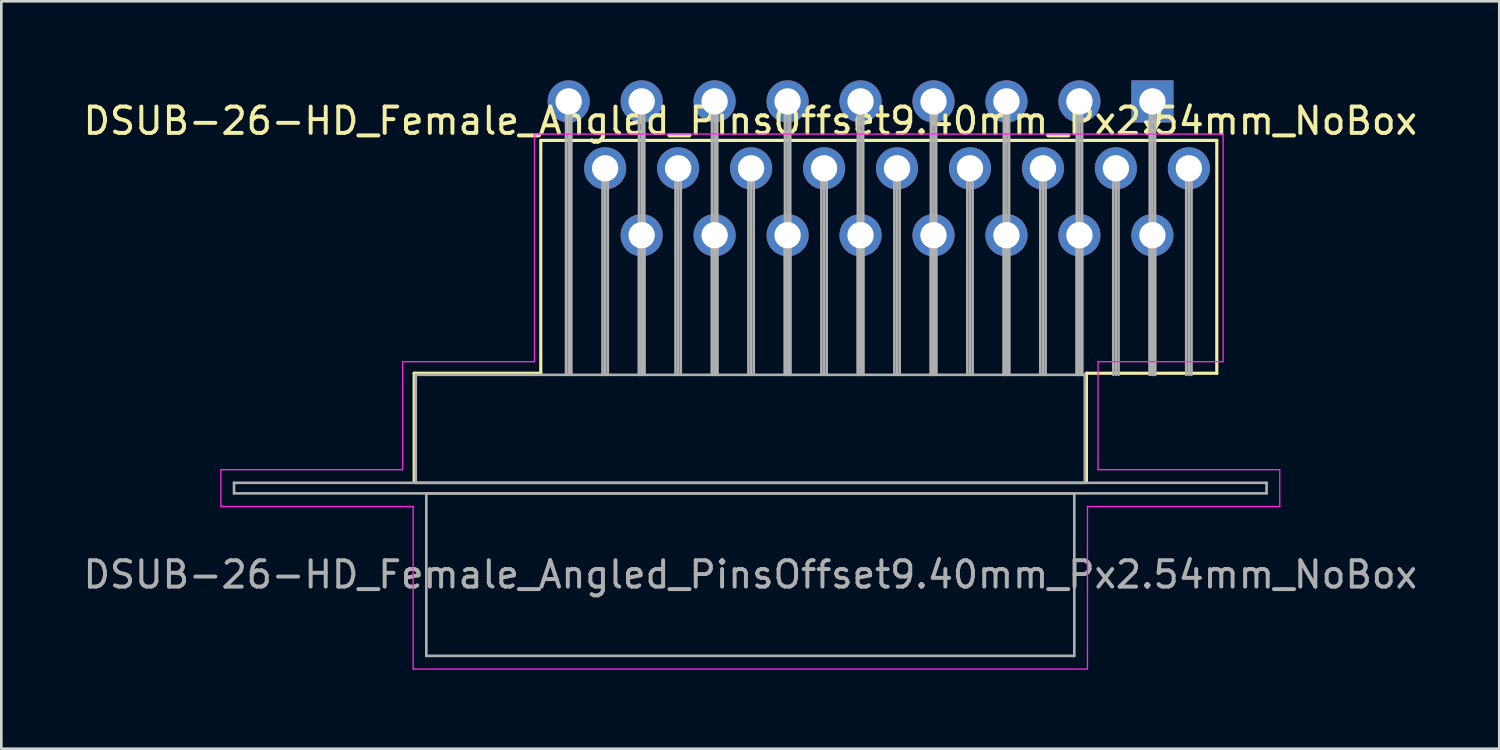
<source format=kicad_pcb>
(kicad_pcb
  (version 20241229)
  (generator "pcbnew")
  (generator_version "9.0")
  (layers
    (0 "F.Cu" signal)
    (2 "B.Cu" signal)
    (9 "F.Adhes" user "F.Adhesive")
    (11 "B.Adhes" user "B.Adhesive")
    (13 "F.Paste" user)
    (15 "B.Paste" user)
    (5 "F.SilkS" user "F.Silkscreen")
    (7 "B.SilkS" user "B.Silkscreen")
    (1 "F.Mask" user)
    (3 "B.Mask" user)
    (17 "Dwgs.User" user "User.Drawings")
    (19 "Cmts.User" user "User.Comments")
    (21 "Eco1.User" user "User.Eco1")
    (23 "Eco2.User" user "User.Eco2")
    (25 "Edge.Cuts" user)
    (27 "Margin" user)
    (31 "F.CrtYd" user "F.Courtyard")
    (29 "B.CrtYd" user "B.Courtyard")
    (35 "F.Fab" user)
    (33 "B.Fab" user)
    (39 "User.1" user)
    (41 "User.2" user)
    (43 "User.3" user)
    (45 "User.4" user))
  (footprint "DSUB-26-HD_Female_Angled_PinsOffset9.40mm_Px2.54mm_NoBox"
    (layer "F.Cu")
    (at 40.7 0.8)
    (property "Reference" "DSUB-26-HD_Female_Angled_PinsOffset9.40mm_Px2.54mm_NoBox" (at -15.265 0.74 0) (layer "F.SilkS") (effects (font (size 1 1) (thickness 0.15))))
    (attr through_hole)
    (fp_line (start -28.025 10.32) (end -23.22 10.32) (stroke (width 0.12) (type solid)) (layer "F.SilkS"))
    (fp_line (start -28.025 14.42) (end -28.025 10.32) (stroke (width 0.12) (type solid)) (layer "F.SilkS"))
    (fp_line (start -23.22 1.48) (end 2.445 1.48) (stroke (width 0.12) (type solid)) (layer "F.SilkS"))
    (fp_line (start -23.22 10.32) (end -23.22 1.48) (stroke (width 0.12) (type solid)) (layer "F.SilkS"))
    (fp_line (start -2.505 10.32) (end -2.505 14.42) (stroke (width 0.12) (type solid)) (layer "F.SilkS"))
    (fp_line (start -0.25 0.786) (end 0.25 0.786) (stroke (width 0.12) (type solid)) (layer "F.SilkS"))
    (fp_line (start 0 1.219) (end -0.25 0.786) (stroke (width 0.12) (type solid)) (layer "F.SilkS"))
    (fp_line (start 0.25 0.786) (end 0 1.219) (stroke (width 0.12) (type solid)) (layer "F.SilkS"))
    (fp_line (start 2.445 1.48) (end 2.445 10.32) (stroke (width 0.12) (type solid)) (layer "F.SilkS"))
    (fp_line (start 2.445 10.32) (end -2.505 10.32) (stroke (width 0.12) (type solid)) (layer "F.SilkS"))
    (fp_line (start -35.365 13.98) (end -28.465 13.98) (stroke (width 0.05) (type solid)) (layer "F.CrtYd"))
    (fp_line (start -35.365 15.38) (end -35.365 13.98) (stroke (width 0.05) (type solid)) (layer "F.CrtYd"))
    (fp_line (start -28.465 9.88) (end -23.46 9.88) (stroke (width 0.05) (type solid)) (layer "F.CrtYd"))
    (fp_line (start -28.465 13.98) (end -28.465 9.88) (stroke (width 0.05) (type solid)) (layer "F.CrtYd"))
    (fp_line (start -28.065 15.38) (end -35.365 15.38) (stroke (width 0.05) (type solid)) (layer "F.CrtYd"))
    (fp_line (start -28.065 21.55) (end -28.065 15.38) (stroke (width 0.05) (type solid)) (layer "F.CrtYd"))
    (fp_line (start -23.46 1.24) (end 2.685 1.24) (stroke (width 0.05) (type solid)) (layer "F.CrtYd"))
    (fp_line (start -23.46 9.88) (end -23.46 1.24) (stroke (width 0.05) (type solid)) (layer "F.CrtYd"))
    (fp_line (start -2.465 15.38) (end -2.465 21.55) (stroke (width 0.05) (type solid)) (layer "F.CrtYd"))
    (fp_line (start -2.465 21.55) (end -28.065 21.55) (stroke (width 0.05) (type solid)) (layer "F.CrtYd"))
    (fp_line (start -2.065 9.88) (end -2.065 13.98) (stroke (width 0.05) (type solid)) (layer "F.CrtYd"))
    (fp_line (start -2.065 13.98) (end 4.835 13.98) (stroke (width 0.05) (type solid)) (layer "F.CrtYd"))
    (fp_line (start 2.685 1.24) (end 2.685 9.88) (stroke (width 0.05) (type solid)) (layer "F.CrtYd"))
    (fp_line (start 2.685 9.88) (end -2.065 9.88) (stroke (width 0.05) (type solid)) (layer "F.CrtYd"))
    (fp_line (start 4.835 13.98) (end 4.835 15.38) (stroke (width 0.05) (type solid)) (layer "F.CrtYd"))
    (fp_line (start 4.835 15.38) (end -2.465 15.38) (stroke (width 0.05) (type solid)) (layer "F.CrtYd"))
    (fp_line (start -34.865 14.48) (end -34.865 14.88) (stroke (width 0.1) (type solid)) (layer "F.Fab"))
    (fp_line (start -34.865 14.88) (end 4.335 14.88) (stroke (width 0.1) (type solid)) (layer "F.Fab"))
    (fp_line (start -27.965 10.38) (end -27.965 14.48) (stroke (width 0.1) (type solid)) (layer "F.Fab"))
    (fp_line (start -27.965 14.48) (end -2.565 14.48) (stroke (width 0.1) (type solid)) (layer "F.Fab"))
    (fp_line (start -27.565 14.88) (end -27.565 21.05) (stroke (width 0.1) (type solid)) (layer "F.Fab"))
    (fp_line (start -27.565 21.05) (end -2.965 21.05) (stroke (width 0.1) (type solid)) (layer "F.Fab"))
    (fp_line (start -22.26 0) (end -22.26 10.38) (stroke (width 0.1) (type solid)) (layer "F.Fab"))
    (fp_line (start -22.16 0) (end -22.16 10.38) (stroke (width 0.1) (type solid)) (layer "F.Fab"))
    (fp_line (start -22.06 0) (end -22.06 10.38) (stroke (width 0.1) (type solid)) (layer "F.Fab"))
    (fp_line (start -20.875 2.54) (end -20.875 10.38) (stroke (width 0.1) (type solid)) (layer "F.Fab"))
    (fp_line (start -20.775 2.54) (end -20.775 10.38) (stroke (width 0.1) (type solid)) (layer "F.Fab"))
    (fp_line (start -20.675 2.54) (end -20.675 10.38) (stroke (width 0.1) (type solid)) (layer "F.Fab"))
    (fp_line (start -19.49 0) (end -19.49 10.38) (stroke (width 0.1) (type solid)) (layer "F.Fab"))
    (fp_line (start -19.49 5.08) (end -19.49 10.38) (stroke (width 0.1) (type solid)) (layer "F.Fab"))
    (fp_line (start -19.39 0) (end -19.39 10.38) (stroke (width 0.1) (type solid)) (layer "F.Fab"))
    (fp_line (start -19.39 5.08) (end -19.39 10.38) (stroke (width 0.1) (type solid)) (layer "F.Fab"))
    (fp_line (start -19.29 0) (end -19.29 10.38) (stroke (width 0.1) (type solid)) (layer "F.Fab"))
    (fp_line (start -19.29 5.08) (end -19.29 10.38) (stroke (width 0.1) (type solid)) (layer "F.Fab"))
    (fp_line (start -18.105 2.54) (end -18.105 10.38) (stroke (width 0.1) (type solid)) (layer "F.Fab"))
    (fp_line (start -18.005 2.54) (end -18.005 10.38) (stroke (width 0.1) (type solid)) (layer "F.Fab"))
    (fp_line (start -17.905 2.54) (end -17.905 10.38) (stroke (width 0.1) (type solid)) (layer "F.Fab"))
    (fp_line (start -16.72 0) (end -16.72 10.38) (stroke (width 0.1) (type solid)) (layer "F.Fab"))
    (fp_line (start -16.72 5.08) (end -16.72 10.38) (stroke (width 0.1) (type solid)) (layer "F.Fab"))
    (fp_line (start -16.62 0) (end -16.62 10.38) (stroke (width 0.1) (type solid)) (layer "F.Fab"))
    (fp_line (start -16.62 5.08) (end -16.62 10.38) (stroke (width 0.1) (type solid)) (layer "F.Fab"))
    (fp_line (start -16.52 0) (end -16.52 10.38) (stroke (width 0.1) (type solid)) (layer "F.Fab"))
    (fp_line (start -16.52 5.08) (end -16.52 10.38) (stroke (width 0.1) (type solid)) (layer "F.Fab"))
    (fp_line (start -15.335 2.54) (end -15.335 10.38) (stroke (width 0.1) (type solid)) (layer "F.Fab"))
    (fp_line (start -15.235 2.54) (end -15.235 10.38) (stroke (width 0.1) (type solid)) (layer "F.Fab"))
    (fp_line (start -15.135 2.54) (end -15.135 10.38) (stroke (width 0.1) (type solid)) (layer "F.Fab"))
    (fp_line (start -13.95 0) (end -13.95 10.38) (stroke (width 0.1) (type solid)) (layer "F.Fab"))
    (fp_line (start -13.95 5.08) (end -13.95 10.38) (stroke (width 0.1) (type solid)) (layer "F.Fab"))
    (fp_line (start -13.85 0) (end -13.85 10.38) (stroke (width 0.1) (type solid)) (layer "F.Fab"))
    (fp_line (start -13.85 5.08) (end -13.85 10.38) (stroke (width 0.1) (type solid)) (layer "F.Fab"))
    (fp_line (start -13.75 0) (end -13.75 10.38) (stroke (width 0.1) (type solid)) (layer "F.Fab"))
    (fp_line (start -13.75 5.08) (end -13.75 10.38) (stroke (width 0.1) (type solid)) (layer "F.Fab"))
    (fp_line (start -12.565 2.54) (end -12.565 10.38) (stroke (width 0.1) (type solid)) (layer "F.Fab"))
    (fp_line (start -12.465 2.54) (end -12.465 10.38) (stroke (width 0.1) (type solid)) (layer "F.Fab"))
    (fp_line (start -12.365 2.54) (end -12.365 10.38) (stroke (width 0.1) (type solid)) (layer "F.Fab"))
    (fp_line (start -11.18 0) (end -11.18 10.38) (stroke (width 0.1) (type solid)) (layer "F.Fab"))
    (fp_line (start -11.18 5.08) (end -11.18 10.38) (stroke (width 0.1) (type solid)) (layer "F.Fab"))
    (fp_line (start -11.08 0) (end -11.08 10.38) (stroke (width 0.1) (type solid)) (layer "F.Fab"))
    (fp_line (start -11.08 5.08) (end -11.08 10.38) (stroke (width 0.1) (type solid)) (layer "F.Fab"))
    (fp_line (start -10.98 0) (end -10.98 10.38) (stroke (width 0.1) (type solid)) (layer "F.Fab"))
    (fp_line (start -10.98 5.08) (end -10.98 10.38) (stroke (width 0.1) (type solid)) (layer "F.Fab"))
    (fp_line (start -9.795 2.54) (end -9.795 10.38) (stroke (width 0.1) (type solid)) (layer "F.Fab"))
    (fp_line (start -9.695 2.54) (end -9.695 10.38) (stroke (width 0.1) (type solid)) (layer "F.Fab"))
    (fp_line (start -9.595 2.54) (end -9.595 10.38) (stroke (width 0.1) (type solid)) (layer "F.Fab"))
    (fp_line (start -8.41 0) (end -8.41 10.38) (stroke (width 0.1) (type solid)) (layer "F.Fab"))
    (fp_line (start -8.41 5.08) (end -8.41 10.38) (stroke (width 0.1) (type solid)) (layer "F.Fab"))
    (fp_line (start -8.31 0) (end -8.31 10.38) (stroke (width 0.1) (type solid)) (layer "F.Fab"))
    (fp_line (start -8.31 5.08) (end -8.31 10.38) (stroke (width 0.1) (type solid)) (layer "F.Fab"))
    (fp_line (start -8.21 0) (end -8.21 10.38) (stroke (width 0.1) (type solid)) (layer "F.Fab"))
    (fp_line (start -8.21 5.08) (end -8.21 10.38) (stroke (width 0.1) (type solid)) (layer "F.Fab"))
    (fp_line (start -7.025 2.54) (end -7.025 10.38) (stroke (width 0.1) (type solid)) (layer "F.Fab"))
    (fp_line (start -6.925 2.54) (end -6.925 10.38) (stroke (width 0.1) (type solid)) (layer "F.Fab"))
    (fp_line (start -6.825 2.54) (end -6.825 10.38) (stroke (width 0.1) (type solid)) (layer "F.Fab"))
    (fp_line (start -5.64 0) (end -5.64 10.38) (stroke (width 0.1) (type solid)) (layer "F.Fab"))
    (fp_line (start -5.64 5.08) (end -5.64 10.38) (stroke (width 0.1) (type solid)) (layer "F.Fab"))
    (fp_line (start -5.54 0) (end -5.54 10.38) (stroke (width 0.1) (type solid)) (layer "F.Fab"))
    (fp_line (start -5.54 5.08) (end -5.54 10.38) (stroke (width 0.1) (type solid)) (layer "F.Fab"))
    (fp_line (start -5.44 0) (end -5.44 10.38) (stroke (width 0.1) (type solid)) (layer "F.Fab"))
    (fp_line (start -5.44 5.08) (end -5.44 10.38) (stroke (width 0.1) (type solid)) (layer "F.Fab"))
    (fp_line (start -4.255 2.54) (end -4.255 10.38) (stroke (width 0.1) (type solid)) (layer "F.Fab"))
    (fp_line (start -4.155 2.54) (end -4.155 10.38) (stroke (width 0.1) (type solid)) (layer "F.Fab"))
    (fp_line (start -4.055 2.54) (end -4.055 10.38) (stroke (width 0.1) (type solid)) (layer "F.Fab"))
    (fp_line (start -2.965 14.88) (end -27.565 14.88) (stroke (width 0.1) (type solid)) (layer "F.Fab"))
    (fp_line (start -2.965 21.05) (end -2.965 14.88) (stroke (width 0.1) (type solid)) (layer "F.Fab"))
    (fp_line (start -2.87 0) (end -2.87 10.38) (stroke (width 0.1) (type solid)) (layer "F.Fab"))
    (fp_line (start -2.87 5.08) (end -2.87 10.38) (stroke (width 0.1) (type solid)) (layer "F.Fab"))
    (fp_line (start -2.77 0) (end -2.77 10.38) (stroke (width 0.1) (type solid)) (layer "F.Fab"))
    (fp_line (start -2.77 5.08) (end -2.77 10.38) (stroke (width 0.1) (type solid)) (layer "F.Fab"))
    (fp_line (start -2.67 0) (end -2.67 10.38) (stroke (width 0.1) (type solid)) (layer "F.Fab"))
    (fp_line (start -2.67 5.08) (end -2.67 10.38) (stroke (width 0.1) (type solid)) (layer "F.Fab"))
    (fp_line (start -2.565 10.38) (end -27.965 10.38) (stroke (width 0.1) (type solid)) (layer "F.Fab"))
    (fp_line (start -2.565 14.48) (end -2.565 10.38) (stroke (width 0.1) (type solid)) (layer "F.Fab"))
    (fp_line (start -1.485 2.54) (end -1.485 10.38) (stroke (width 0.1) (type solid)) (layer "F.Fab"))
    (fp_line (start -1.385 2.54) (end -1.385 10.38) (stroke (width 0.1) (type solid)) (layer "F.Fab"))
    (fp_line (start -1.285 2.54) (end -1.285 10.38) (stroke (width 0.1) (type solid)) (layer "F.Fab"))
    (fp_line (start -0.1 0) (end -0.1 10.38) (stroke (width 0.1) (type solid)) (layer "F.Fab"))
    (fp_line (start -0.1 5.08) (end -0.1 10.38) (stroke (width 0.1) (type solid)) (layer "F.Fab"))
    (fp_line (start 0 0) (end 0 10.38) (stroke (width 0.1) (type solid)) (layer "F.Fab"))
    (fp_line (start 0 5.08) (end 0 10.38) (stroke (width 0.1) (type solid)) (layer "F.Fab"))
    (fp_line (start 0.1 0) (end 0.1 10.38) (stroke (width 0.1) (type solid)) (layer "F.Fab"))
    (fp_line (start 0.1 5.08) (end 0.1 10.38) (stroke (width 0.1) (type solid)) (layer "F.Fab"))
    (fp_line (start 1.285 2.54) (end 1.285 10.38) (stroke (width 0.1) (type solid)) (layer "F.Fab"))
    (fp_line (start 1.385 2.54) (end 1.385 10.38) (stroke (width 0.1) (type solid)) (layer "F.Fab"))
    (fp_line (start 1.485 2.54) (end 1.485 10.38) (stroke (width 0.1) (type solid)) (layer "F.Fab"))
    (fp_line (start 4.335 14.48) (end -34.865 14.48) (stroke (width 0.1) (type solid)) (layer "F.Fab"))
    (fp_line (start 4.335 14.88) (end 4.335 14.48) (stroke (width 0.1) (type solid)) (layer "F.Fab"))
    (fp_text user "${REFERENCE}" (at -15.265 17.965 0) (layer "F.Fab") (effects (font (size 1 1) (thickness 0.15))))
    (pad "1" thru_hole rect (at 0 0) (size 1.6 1.6) (drill 1) (layers "*.Cu" "*.Mask"))
    (pad "2" thru_hole circle (at -2.77 0) (size 1.6 1.6) (drill 1) (layers "*.Cu" "*.Mask"))
    (pad "3" thru_hole circle (at -5.54 0) (size 1.6 1.6) (drill 1) (layers "*.Cu" "*.Mask"))
    (pad "4" thru_hole circle (at -8.31 0) (size 1.6 1.6) (drill 1) (layers "*.Cu" "*.Mask"))
    (pad "5" thru_hole circle (at -11.08 0) (size 1.6 1.6) (drill 1) (layers "*.Cu" "*.Mask"))
    (pad "6" thru_hole circle (at -13.85 0) (size 1.6 1.6) (drill 1) (layers "*.Cu" "*.Mask"))
    (pad "7" thru_hole circle (at -16.62 0) (size 1.6 1.6) (drill 1) (layers "*.Cu" "*.Mask"))
    (pad "8" thru_hole circle (at -19.39 0) (size 1.6 1.6) (drill 1) (layers "*.Cu" "*.Mask"))
    (pad "9" thru_hole circle (at -22.16 0) (size 1.6 1.6) (drill 1) (layers "*.Cu" "*.Mask"))
    (pad "10" thru_hole circle (at 1.385 2.54) (size 1.6 1.6) (drill 1) (layers "*.Cu" "*.Mask"))
    (pad "11" thru_hole circle (at -1.385 2.54) (size 1.6 1.6) (drill 1) (layers "*.Cu" "*.Mask"))
    (pad "12" thru_hole circle (at -4.155 2.54) (size 1.6 1.6) (drill 1) (layers "*.Cu" "*.Mask"))
    (pad "13" thru_hole circle (at -6.925 2.54) (size 1.6 1.6) (drill 1) (layers "*.Cu" "*.Mask"))
    (pad "14" thru_hole circle (at -9.695 2.54) (size 1.6 1.6) (drill 1) (layers "*.Cu" "*.Mask"))
    (pad "15" thru_hole circle (at -12.465 2.54) (size 1.6 1.6) (drill 1) (layers "*.Cu" "*.Mask"))
    (pad "16" thru_hole circle (at -15.235 2.54) (size 1.6 1.6) (drill 1) (layers "*.Cu" "*.Mask"))
    (pad "17" thru_hole circle (at -18.005 2.54) (size 1.6 1.6) (drill 1) (layers "*.Cu" "*.Mask"))
    (pad "18" thru_hole circle (at -20.775 2.54) (size 1.6 1.6) (drill 1) (layers "*.Cu" "*.Mask"))
    (pad "19" thru_hole circle (at 0 5.08) (size 1.6 1.6) (drill 1) (layers "*.Cu" "*.Mask"))
    (pad "20" thru_hole circle (at -2.77 5.08) (size 1.6 1.6) (drill 1) (layers "*.Cu" "*.Mask"))
    (pad "21" thru_hole circle (at -5.54 5.08) (size 1.6 1.6) (drill 1) (layers "*.Cu" "*.Mask"))
    (pad "22" thru_hole circle (at -8.31 5.08) (size 1.6 1.6) (drill 1) (layers "*.Cu" "*.Mask"))
    (pad "23" thru_hole circle (at -11.08 5.08) (size 1.6 1.6) (drill 1) (layers "*.Cu" "*.Mask"))
    (pad "24" thru_hole circle (at -13.85 5.08) (size 1.6 1.6) (drill 1) (layers "*.Cu" "*.Mask"))
    (pad "25" thru_hole circle (at -16.62 5.08) (size 1.6 1.6) (drill 1) (layers "*.Cu" "*.Mask"))
    (pad "26" thru_hole circle (at -19.39 5.08) (size 1.6 1.6) (drill 1) (layers "*.Cu" "*.Mask")))
  (gr_rect
    (start -3 -3)
    (end 53.869 25.375)
    (stroke (width 0.1) (type default))
    (fill no)
    (layer "Edge.Cuts")))
</source>
